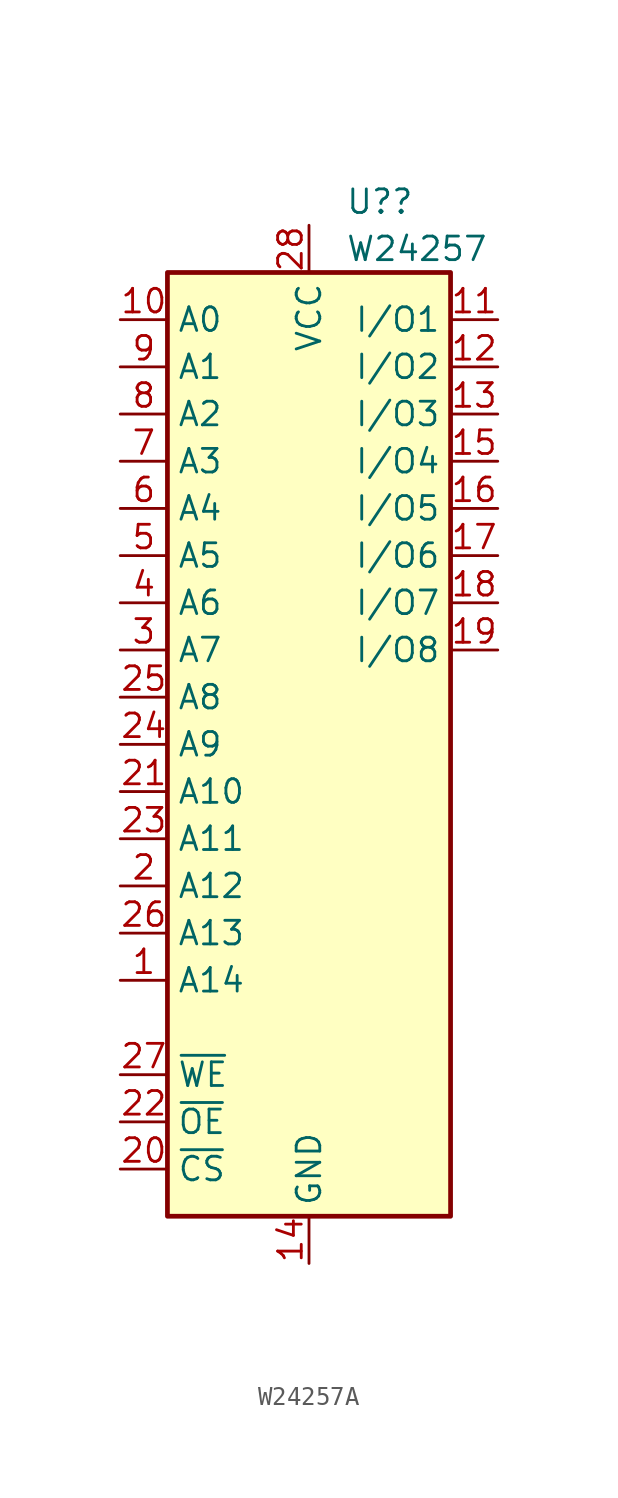
<source format=kicad_sym>
(kicad_symbol_lib
  (version 20220914)
  (generator kicad_symbol_editor)
  (symbol "W24257A"
    (property "Reference" "U?"
      (at 1.956 29.21 0)
      (effects (font (size 1.27 1.27)) (justify left)))
    (property "Value" "W24257"
      (at 1.956 26.67 0)
      (effects (font (size 1.27 1.27)) (justify left)))
    (symbol "W24257A_1_1"
      (rectangle (start -7.62 25.4) (end 7.62 -25.4) (stroke (width 0.254) (type default)) (fill (type background)))
      (pin input line (at -10.16 -12.7 0) (length 2.54) (name "A14" (effects (font (size 1.27 1.27)))) (number "1" (effects (font (size 1.27 1.27)))))
      (pin input line (at -10.16 22.86 0) (length 2.54) (name "A0" (effects (font (size 1.27 1.27)))) (number "10" (effects (font (size 1.27 1.27)))))
      (pin tri_state line (at 10.16 22.86 180) (length 2.54) (name "I/O1" (effects (font (size 1.27 1.27)))) (number "11" (effects (font (size 1.27 1.27)))))
      (pin tri_state line (at 10.16 20.32 180) (length 2.54) (name "I/O2" (effects (font (size 1.27 1.27)))) (number "12" (effects (font (size 1.27 1.27)))))
      (pin tri_state line (at 10.16 17.78 180) (length 2.54) (name "I/O3" (effects (font (size 1.27 1.27)))) (number "13" (effects (font (size 1.27 1.27)))))
      (pin power_in line (at 0 -27.94 90) (length 2.54) (name "GND" (effects (font (size 1.27 1.27)))) (number "14" (effects (font (size 1.27 1.27)))))
      (pin tri_state line (at 10.16 15.24 180) (length 2.54) (name "I/O4" (effects (font (size 1.27 1.27)))) (number "15" (effects (font (size 1.27 1.27)))))
      (pin tri_state line (at 10.16 12.7 180) (length 2.54) (name "I/O5" (effects (font (size 1.27 1.27)))) (number "16" (effects (font (size 1.27 1.27)))))
      (pin tri_state line (at 10.16 10.16 180) (length 2.54) (name "I/O6" (effects (font (size 1.27 1.27)))) (number "17" (effects (font (size 1.27 1.27)))))
      (pin tri_state line (at 10.16 7.62 180) (length 2.54) (name "I/O7" (effects (font (size 1.27 1.27)))) (number "18" (effects (font (size 1.27 1.27)))))
      (pin tri_state line (at 10.16 5.08 180) (length 2.54) (name "I/O8" (effects (font (size 1.27 1.27)))) (number "19" (effects (font (size 1.27 1.27)))))
      (pin input line (at -10.16 -7.62 0) (length 2.54) (name "A12" (effects (font (size 1.27 1.27)))) (number "2" (effects (font (size 1.27 1.27)))))
      (pin input line (at -10.16 -22.86 0) (length 2.54) (name "~{CS}" (effects (font (size 1.27 1.27)))) (number "20" (effects (font (size 1.27 1.27)))))
      (pin input line (at -10.16 -2.54 0) (length 2.54) (name "A10" (effects (font (size 1.27 1.27)))) (number "21" (effects (font (size 1.27 1.27)))))
      (pin input line (at -10.16 -20.32 0) (length 2.54) (name "~{OE}" (effects (font (size 1.27 1.27)))) (number "22" (effects (font (size 1.27 1.27)))))
      (pin input line (at -10.16 -5.08 0) (length 2.54) (name "A11" (effects (font (size 1.27 1.27)))) (number "23" (effects (font (size 1.27 1.27)))))
      (pin input line (at -10.16 0 0) (length 2.54) (name "A9" (effects (font (size 1.27 1.27)))) (number "24" (effects (font (size 1.27 1.27)))))
      (pin input line (at -10.16 2.54 0) (length 2.54) (name "A8" (effects (font (size 1.27 1.27)))) (number "25" (effects (font (size 1.27 1.27)))))
      (pin input line (at -10.16 -10.16 0) (length 2.54) (name "A13" (effects (font (size 1.27 1.27)))) (number "26" (effects (font (size 1.27 1.27)))))
      (pin input line (at -10.16 -17.78 0) (length 2.54) (name "~{WE}" (effects (font (size 1.27 1.27)))) (number "27" (effects (font (size 1.27 1.27)))))
      (pin power_in line (at 0 27.94 270) (length 2.54) (name "VCC" (effects (font (size 1.27 1.27)))) (number "28" (effects (font (size 1.27 1.27)))))
      (pin input line (at -10.16 5.08 0) (length 2.54) (name "A7" (effects (font (size 1.27 1.27)))) (number "3" (effects (font (size 1.27 1.27)))))
      (pin input line (at -10.16 7.62 0) (length 2.54) (name "A6" (effects (font (size 1.27 1.27)))) (number "4" (effects (font (size 1.27 1.27)))))
      (pin input line (at -10.16 10.16 0) (length 2.54) (name "A5" (effects (font (size 1.27 1.27)))) (number "5" (effects (font (size 1.27 1.27)))))
      (pin input line (at -10.16 12.7 0) (length 2.54) (name "A4" (effects (font (size 1.27 1.27)))) (number "6" (effects (font (size 1.27 1.27)))))
      (pin input line (at -10.16 15.24 0) (length 2.54) (name "A3" (effects (font (size 1.27 1.27)))) (number "7" (effects (font (size 1.27 1.27)))))
      (pin input line (at -10.16 17.78 0) (length 2.54) (name "A2" (effects (font (size 1.27 1.27)))) (number "8" (effects (font (size 1.27 1.27)))))
      (pin input line (at -10.16 20.32 0) (length 2.54) (name "A1" (effects (font (size 1.27 1.27)))) (number "9" (effects (font (size 1.27 1.27))))))))
</source>
